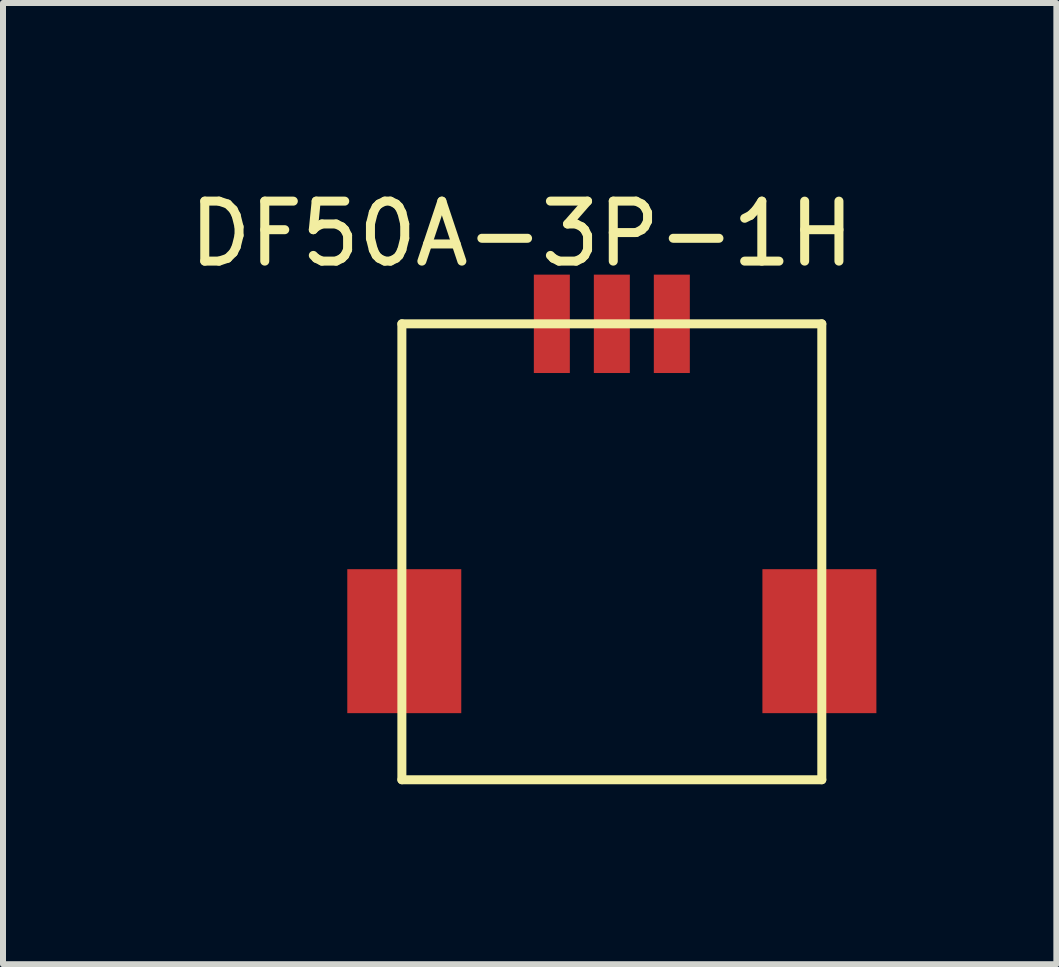
<source format=kicad_pcb>
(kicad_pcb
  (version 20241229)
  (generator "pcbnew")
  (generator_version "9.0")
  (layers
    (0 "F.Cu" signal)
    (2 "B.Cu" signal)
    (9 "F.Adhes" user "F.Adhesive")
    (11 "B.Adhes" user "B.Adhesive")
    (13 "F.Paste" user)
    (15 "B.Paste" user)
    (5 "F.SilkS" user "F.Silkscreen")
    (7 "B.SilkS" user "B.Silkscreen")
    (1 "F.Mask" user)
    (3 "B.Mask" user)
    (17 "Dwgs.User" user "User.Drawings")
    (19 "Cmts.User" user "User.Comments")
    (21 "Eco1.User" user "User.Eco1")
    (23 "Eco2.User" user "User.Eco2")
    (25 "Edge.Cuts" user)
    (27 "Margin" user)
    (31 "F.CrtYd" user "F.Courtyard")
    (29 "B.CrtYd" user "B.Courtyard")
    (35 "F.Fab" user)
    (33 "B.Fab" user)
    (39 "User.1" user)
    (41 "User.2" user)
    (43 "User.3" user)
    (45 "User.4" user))
  (footprint "DF50A-3P-1H"
    (layer "F.Cu")
    (at 7.149 2.348)
    (property "Reference" "DF50A-3P-1H" (at -1.5 -1.5 0) (layer "F.SilkS") (effects (font (size 1 1) (thickness 0.15))))
    (attr through_hole)
    (fp_line (start -3.5 0) (end 3.5 0) (stroke (width 0.15) (type solid)) (layer "F.SilkS"))
    (fp_line (start -3.5 7.6) (end -3.5 0) (stroke (width 0.15) (type solid)) (layer "F.SilkS"))
    (fp_line (start 3.5 0) (end 3.5 7.6) (stroke (width 0.15) (type solid)) (layer "F.SilkS"))
    (fp_line (start 3.5 7.6) (end -3.5 7.6) (stroke (width 0.15) (type solid)) (layer "F.SilkS"))
    (pad "" smd rect (at -3.46 5.29) (size 1.9 2.4) (layers "F.Cu" "F.Mask" "F.Paste"))
    (pad "" smd rect (at 3.46 5.29) (size 1.9 2.4) (layers "F.Cu" "F.Mask" "F.Paste"))
    (pad "1" smd rect (at -1 0) (size 0.6 1.64) (layers "F.Cu" "F.Mask" "F.Paste"))
    (pad "2" smd rect (at 0 0) (size 0.6 1.64) (layers "F.Cu" "F.Mask" "F.Paste"))
    (pad "3" smd rect (at 1 0) (size 0.6 1.64) (layers "F.Cu" "F.Mask" "F.Paste")))
  (gr_rect
    (start -3 -3)
    (end 14.559 13.023)
    (stroke (width 0.1) (type default))
    (fill no)
    (layer "Edge.Cuts")))
</source>
